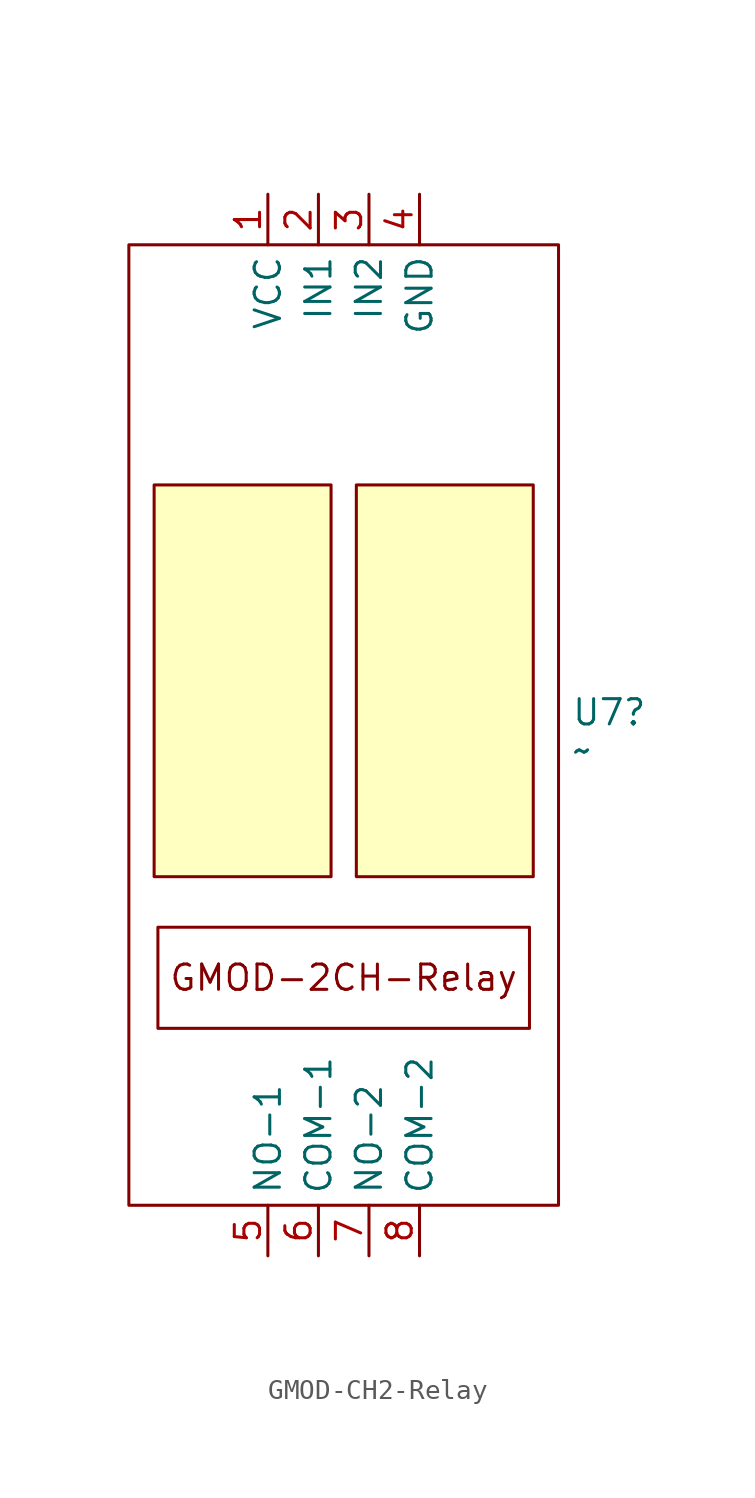
<source format=kicad_sym>
(kicad_symbol_lib
  (version 20241209)
  (generator "kicad_symbol_editor")
  (generator_version "9.0")
  (symbol "GMOD-CH2-Relay"
    (property "Reference" "U7"
      (at 11.43 0.635 0)
      (effects (font (size 1.27 1.27)) (justify left)))
    (property "Value" "~"
      (at 11.43 -1.27 0)
      (effects (font (size 1.27 1.27)) (justify left)))
    (symbol "GMOD-CH2-Relay_0_1"
      (rectangle (start -10.795 24.13) (end 10.795 -24.13) (stroke (width 0) (type default)) (fill (type none)))
      (rectangle (start -9.525 12.065) (end -0.635 -7.62) (stroke (width 0) (type default)) (fill (type background)))
      (rectangle (start 0.635 12.065) (end 9.525 -7.62) (stroke (width 0) (type default)) (fill (type background))))
    (symbol "GMOD-CH2-Relay_1_1"
      (rectangle (start -9.335 -10.16) (end 9.335 -15.24) (stroke (width 0) (type default)) (fill (type none)))
      (text "GMOD-2CH-Relay" (at 0 -12.7 0) (effects (font (size 1.27 1.27))))
      (pin power_in line (at -3.81 26.67 270) (length 2.54) (name "VCC" (effects (font (size 1.27 1.27)))) (number "1" (effects (font (size 1.27 1.27)))))
      (pin bidirectional line (at -3.81 -26.67 90) (length 2.54) (name "NO-1" (effects (font (size 1.27 1.27)))) (number "5" (effects (font (size 1.27 1.27)))))
      (pin bidirectional line (at -1.27 26.67 270) (length 2.54) (name "IN1" (effects (font (size 1.27 1.27)))) (number "2" (effects (font (size 1.27 1.27)))))
      (pin bidirectional line (at -1.27 -26.67 90) (length 2.54) (name "COM-1" (effects (font (size 1.27 1.27)))) (number "6" (effects (font (size 1.27 1.27)))))
      (pin bidirectional line (at 1.27 26.67 270) (length 2.54) (name "IN2" (effects (font (size 1.27 1.27)))) (number "3" (effects (font (size 1.27 1.27)))))
      (pin bidirectional line (at 1.27 -26.67 90) (length 2.54) (name "NO-2" (effects (font (size 1.27 1.27)))) (number "7" (effects (font (size 1.27 1.27)))))
      (pin power_in line (at 3.81 26.67 270) (length 2.54) (name "GND" (effects (font (size 1.27 1.27)))) (number "4" (effects (font (size 1.27 1.27)))))
      (pin bidirectional line (at 3.81 -26.67 90) (length 2.54) (name "COM-2" (effects (font (size 1.27 1.27)))) (number "8" (effects (font (size 1.27 1.27))))))))
</source>
